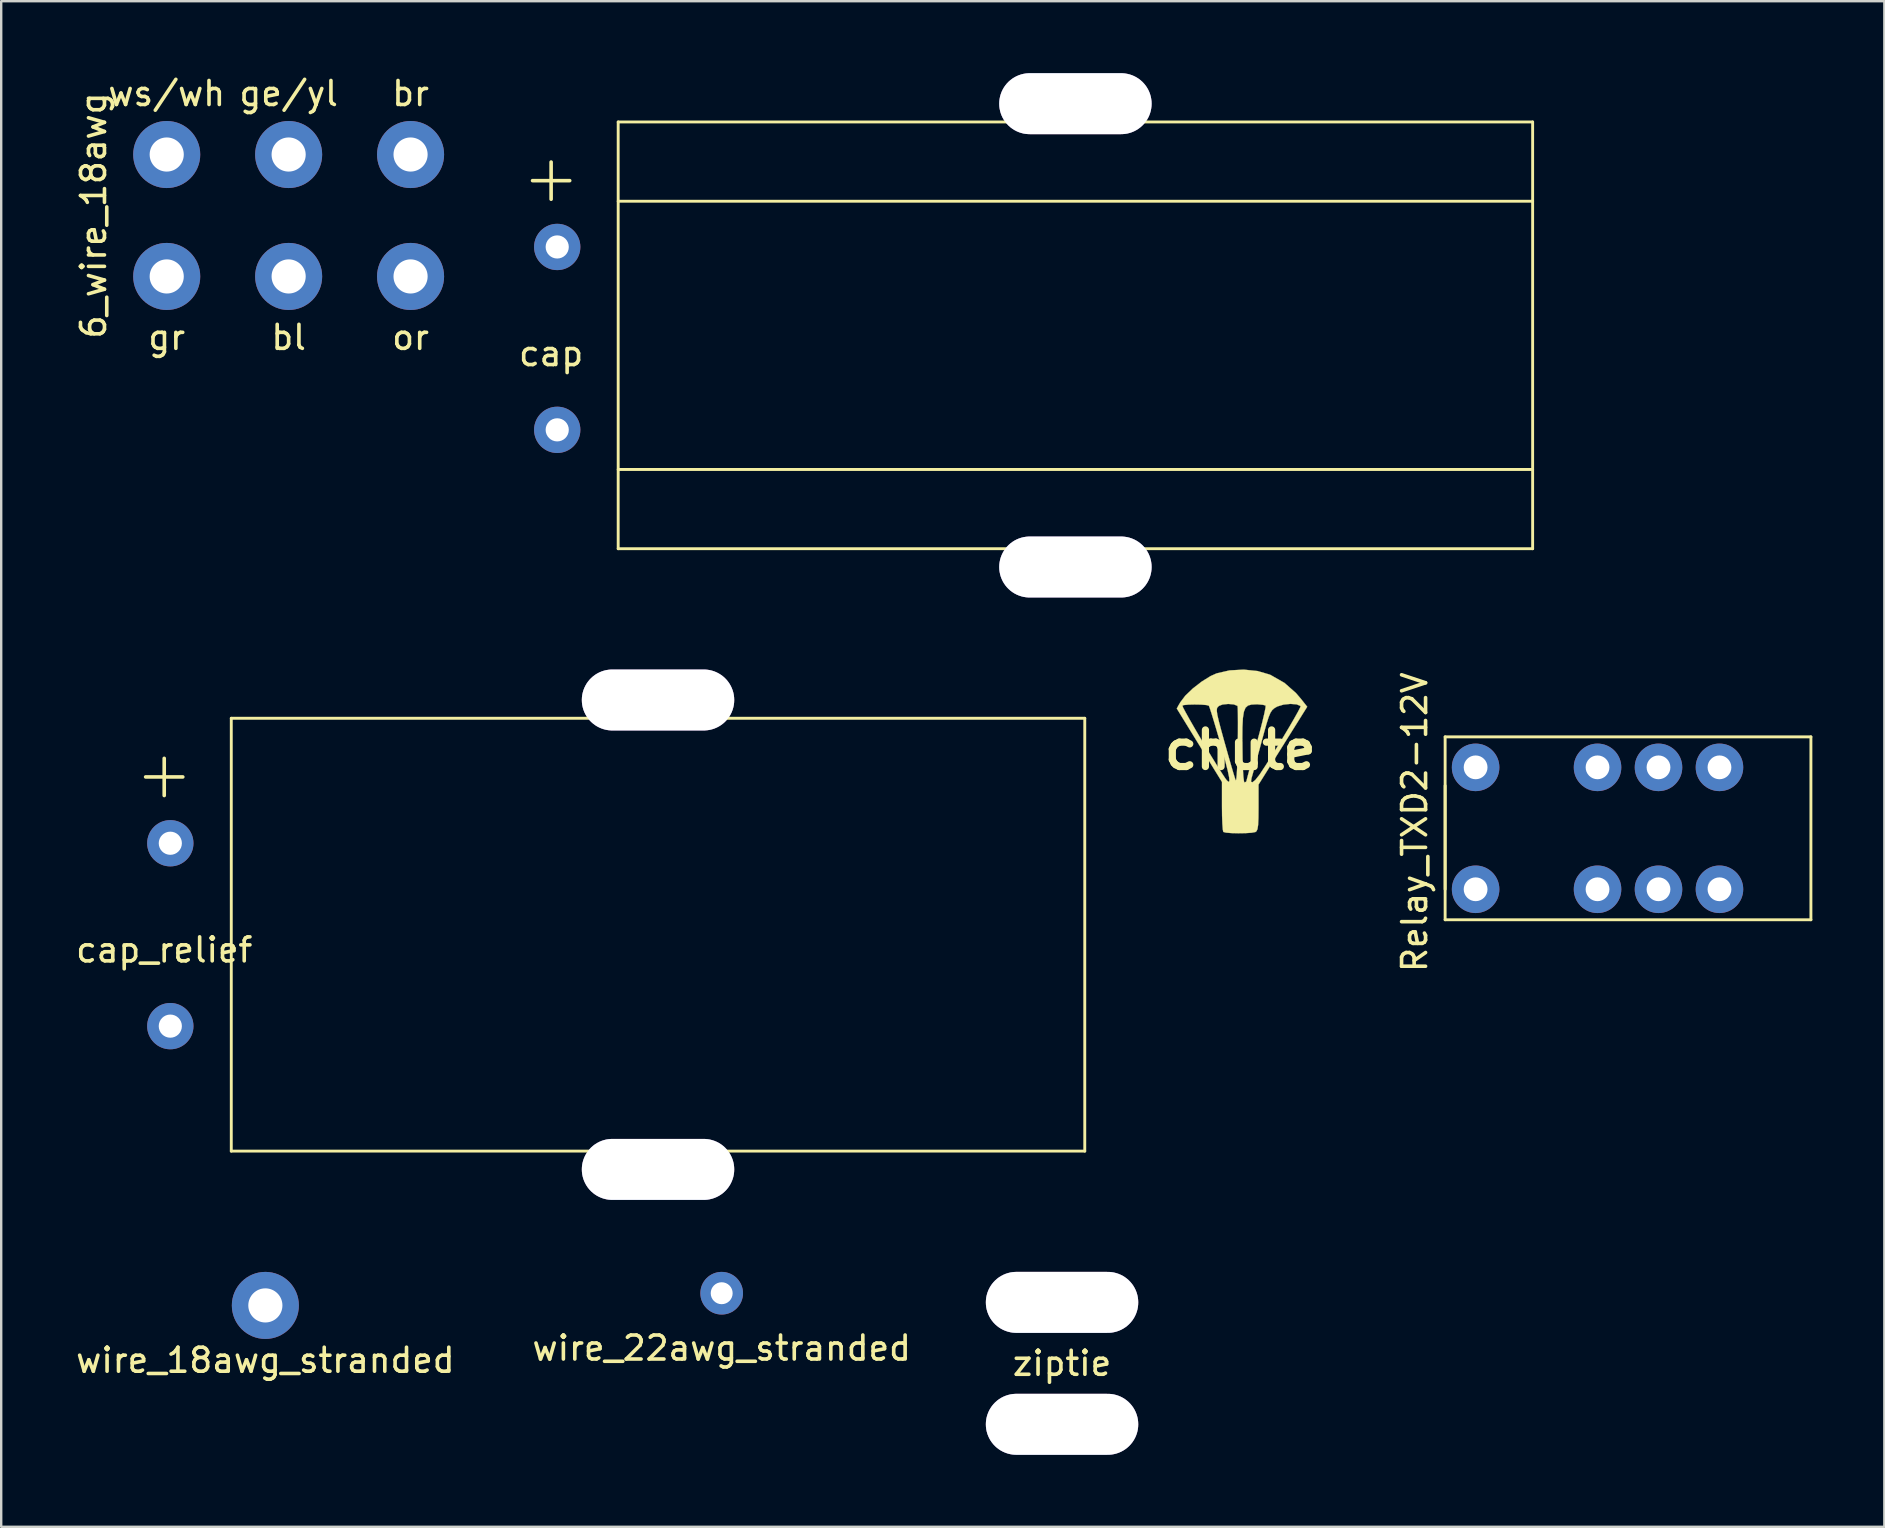
<source format=kicad_pcb>
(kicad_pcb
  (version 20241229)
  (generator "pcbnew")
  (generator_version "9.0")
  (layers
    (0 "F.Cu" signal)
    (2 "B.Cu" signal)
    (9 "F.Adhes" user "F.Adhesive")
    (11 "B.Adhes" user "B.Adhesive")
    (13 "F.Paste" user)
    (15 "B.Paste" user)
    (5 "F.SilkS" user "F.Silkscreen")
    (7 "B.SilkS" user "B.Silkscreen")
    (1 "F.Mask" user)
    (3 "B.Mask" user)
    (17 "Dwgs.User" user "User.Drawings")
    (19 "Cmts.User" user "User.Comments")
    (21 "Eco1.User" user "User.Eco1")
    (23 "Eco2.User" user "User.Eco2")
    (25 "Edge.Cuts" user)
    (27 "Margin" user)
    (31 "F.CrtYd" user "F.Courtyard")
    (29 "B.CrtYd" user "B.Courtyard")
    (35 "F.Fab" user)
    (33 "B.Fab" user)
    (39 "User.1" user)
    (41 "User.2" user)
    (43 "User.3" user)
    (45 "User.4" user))
  (footprint "wire_18awg_stranded"
    (layer "F.Cu")
    (at 8.006 51.339)
    (property "Reference" "wire_18awg_stranded" (at 0 2.286 0) (layer "F.SilkS") (effects (font (size 1 1) (thickness 0.15))))
    (attr through_hole)
    (pad "1" thru_hole circle (at 0 0) (size 2.794 2.794) (drill 1.422) (layers "*.Cu" "*.Mask")))
  (footprint "ziptie"
    (layer "F.Cu")
    (at 41.199 51.212)
    (property "Reference" "ziptie" (at 0 2.54 0) (layer "F.SilkS") (effects (font (size 1 1) (thickness 0.15))))
    (attr through_hole)
    (pad "1" thru_hole oval (at 0 0) (size 6.35 2.54) (drill oval 6.35 2.54) (layers "*.Cu" "*.Mask"))
    (pad "2" thru_hole oval (at 0 5.08) (size 6.35 2.54) (drill oval 6.35 2.54) (layers "*.Cu" "*.Mask")))
  (footprint "wire_22awg_stranded"
    (layer "F.Cu")
    (at 27.018 50.831)
    (property "Reference" "wire_22awg_stranded" (at 0 2.286 0) (layer "F.SilkS") (effects (font (size 1 1) (thickness 0.15))))
    (attr through_hole)
    (pad "1" thru_hole circle (at 0 0) (size 1.778 1.778) (drill 0.914) (layers "*.Cu" "*.Mask")))
  (footprint "chute"
    (layer "F.Cu")
    (at 48.624 28.197)
    (property "Reference" "chute" (at 0 0 0) (layer "F.SilkS") (effects (font (size 1.524 1.524) (thickness 0.3))))
    (attr through_hole)
    (fp_poly (pts (xy 0.722 -3.289) (xy 1.225 -3.142) (xy 1.27 -3.122) (xy 1.845 -2.793) (xy 2.322 -2.372) (xy 2.534 -2.124) (xy 2.79 -1.801) (xy 1.776 -0.18) (xy 0.762 1.442) (xy 0.762 2.405) (xy 0.758 2.834) (xy 0.745 3.122) (xy 0.718 3.298) (xy 0.673 3.39) (xy 0.628 3.42) (xy 0.471 3.449) (xy 0.217 3.465) (xy -0.082 3.47) (xy -0.37 3.463) (xy -0.596 3.444) (xy -0.706 3.415) (xy -0.728 3.313) (xy -0.745 3.077) (xy -0.758 2.742) (xy -0.762 2.345) (xy -0.762 1.332) (xy -1.704 -0.197) (xy -2.645 -1.727) (xy -2.576 -1.851) (xy -2.411 -1.851) (xy -2.382 -1.77) (xy -2.278 -1.572) (xy -2.116 -1.281) (xy -1.911 -0.923) (xy -1.677 -0.524) (xy -1.43 -0.11) (xy -1.186 0.294) (xy -0.959 0.661) (xy -0.765 0.967) (xy -0.62 1.185) (xy -0.562 1.262) (xy -0.486 1.332) (xy -0.453 1.294) (xy -0.464 1.139) (xy -0.523 0.856) (xy -0.63 0.436) (xy -0.787 -0.133) (xy -0.843 -0.329) (xy -0.98 -0.802) (xy -1.104 -1.217) (xy -1.205 -1.547) (xy -1.229 -1.62) (xy -0.977 -1.62) (xy -0.952 -1.451) (xy -0.892 -1.194) (xy -0.794 -0.824) (xy -0.654 -0.317) (xy -0.645 -0.287) (xy -0.512 0.187) (xy -0.39 0.61) (xy -0.29 0.951) (xy -0.218 1.183) (xy -0.187 1.27) (xy -0.167 1.23) (xy -0.148 1.045) (xy -0.13 0.737) (xy -0.115 0.329) (xy -0.105 -0.154) (xy -0.104 -0.203) (xy -0.101 -0.43) (xy 0.087 -0.43) (xy 0.089 -0.107) (xy 0.096 0.385) (xy 0.111 0.801) (xy 0.131 1.118) (xy 0.156 1.309) (xy 0.176 1.355) (xy 0.248 1.32) (xy 0.448 1.32) (xy 0.505 1.347) (xy 0.625 1.253) (xy 0.79 1.047) (xy 0.826 0.995) (xy 1.048 0.657) (xy 1.296 0.268) (xy 1.555 -0.15) (xy 1.811 -0.57) (xy 2.048 -0.967) (xy 2.251 -1.317) (xy 2.406 -1.594) (xy 2.498 -1.774) (xy 2.515 -1.831) (xy 2.351 -1.9) (xy 2.092 -1.92) (xy 1.804 -1.891) (xy 1.554 -1.815) (xy 1.53 -1.804) (xy 1.42 -1.74) (xy 1.333 -1.663) (xy 1.257 -1.548) (xy 1.182 -1.366) (xy 1.095 -1.093) (xy 0.984 -0.7) (xy 0.886 -0.339) (xy 0.762 0.122) (xy 0.648 0.537) (xy 0.555 0.874) (xy 0.492 1.098) (xy 0.472 1.164) (xy 0.448 1.32) (xy 0.248 1.32) (xy 0.253 1.318) (xy 0.254 1.31) (xy 0.276 1.218) (xy 0.336 0.989) (xy 0.428 0.65) (xy 0.544 0.226) (xy 0.678 -0.257) (xy 0.681 -0.267) (xy 0.812 -0.75) (xy 0.922 -1.177) (xy 1.003 -1.519) (xy 1.051 -1.752) (xy 1.057 -1.85) (xy 1.057 -1.85) (xy 0.947 -1.882) (xy 0.736 -1.9) (xy 0.664 -1.901) (xy 0.469 -1.892) (xy 0.323 -1.851) (xy 0.219 -1.758) (xy 0.151 -1.59) (xy 0.11 -1.327) (xy 0.091 -0.947) (xy 0.087 -0.43) (xy -0.101 -0.43) (xy -0.098 -0.705) (xy -0.097 -1.146) (xy -0.099 -1.5) (xy -0.105 -1.738) (xy -0.114 -1.836) (xy -0.115 -1.836) (xy -0.266 -1.898) (xy -0.501 -1.918) (xy -0.738 -1.894) (xy -0.882 -1.838) (xy -0.938 -1.789) (xy -0.972 -1.724) (xy -0.977 -1.62) (xy -1.229 -1.62) (xy -1.277 -1.766) (xy -1.309 -1.845) (xy -1.417 -1.873) (xy -1.634 -1.89) (xy -1.902 -1.895) (xy -2.16 -1.889) (xy -2.35 -1.871) (xy -2.411 -1.851) (xy -2.576 -1.851) (xy -2.5 -1.985) (xy -2.291 -2.261) (xy -1.976 -2.563) (xy -1.607 -2.849) (xy -1.235 -3.08) (xy -0.985 -3.192) (xy -0.446 -3.316) (xy 0.144 -3.348) (xy 0.722 -3.289)) (stroke (width 0.01) (type solid)) (fill yes) (layer "F.SilkS")))
  (footprint "cap"
    (layer "F.Cu")
    (at 22.706 2.032)
    (property "Reference" "cap" (at -2.794 9.652 0) (layer "F.SilkS") (effects (font (size 1 1) (thickness 0.15))))
    (attr through_hole)
    (fp_line (start 0 0) (end 38.1 0) (stroke (width 0.12) (type solid)) (layer "F.SilkS"))
    (fp_line (start 0 3.302) (end 38.1 3.302) (stroke (width 0.12) (type solid)) (layer "F.SilkS"))
    (fp_line (start 0 14.478) (end 38.1 14.478) (stroke (width 0.12) (type solid)) (layer "F.SilkS"))
    (fp_line (start 0 17.78) (end 0 0) (stroke (width 0.12) (type solid)) (layer "F.SilkS"))
    (fp_line (start 38.1 0) (end 38.1 17.78) (stroke (width 0.12) (type solid)) (layer "F.SilkS"))
    (fp_line (start 38.1 17.78) (end 0 17.78) (stroke (width 0.12) (type solid)) (layer "F.SilkS"))
    (fp_text user "+" (at -2.794 2.286 0) (layer "F.SilkS") (effects (font (size 2.032 2.032) (thickness 0.15))))
    (pad "1" thru_hole circle (at -2.54 5.207) (size 1.93 1.93) (drill 0.965) (layers "*.Cu" "*.Mask"))
    (pad "2" thru_hole circle (at -2.54 12.827) (size 1.93 1.93) (drill 0.965) (layers "*.Cu" "*.Mask"))
    (pad "3" thru_hole oval (at 19.05 -0.762) (size 6.35 2.54) (drill oval 6.35 2.54) (layers "*.Cu" "*.Mask"))
    (pad "4" thru_hole oval (at 19.05 18.542) (size 6.35 2.54) (drill oval 6.35 2.54) (layers "*.Cu" "*.Mask")))
  (footprint "Relay_TXD2-12V"
    (layer "F.Cu")
    (at 64.78 27.143)
    (property "Reference" "Relay_TXD2-12V" (at -8.89 4.064 90) (layer "F.SilkS") (effects (font (size 1 1) (thickness 0.15))))
    (attr through_hole)
    (fp_line (start -7.62 0.508) (end -7.62 8.128) (stroke (width 0.12) (type solid)) (layer "F.SilkS"))
    (fp_line (start -7.62 0.508) (end 7.62 0.508) (stroke (width 0.12) (type solid)) (layer "F.SilkS"))
    (fp_line (start -7.62 6.858) (end -7.62 2.54) (stroke (width 0.12) (type solid)) (layer "F.SilkS"))
    (fp_line (start -7.62 8.128) (end 7.62 8.128) (stroke (width 0.12) (type solid)) (layer "F.SilkS"))
    (fp_line (start 7.62 8.128) (end 7.62 0.508) (stroke (width 0.12) (type solid)) (layer "F.SilkS"))
    (pad "1" thru_hole circle (at -6.35 6.858) (size 1.981 1.981) (drill 0.991) (layers "*.Cu" "*.Mask"))
    (pad "3" thru_hole circle (at -1.27 6.858) (size 1.981 1.981) (drill 0.991) (layers "*.Cu" "*.Mask"))
    (pad "4" thru_hole circle (at 1.27 6.858) (size 1.981 1.981) (drill 0.991) (layers "*.Cu" "*.Mask"))
    (pad "5" thru_hole circle (at 3.81 6.858) (size 1.981 1.981) (drill 0.991) (layers "*.Cu" "*.Mask"))
    (pad "8" thru_hole circle (at 3.81 1.778) (size 1.981 1.981) (drill 0.991) (layers "*.Cu" "*.Mask"))
    (pad "9" thru_hole circle (at 1.27 1.778) (size 1.981 1.981) (drill 0.991) (layers "*.Cu" "*.Mask"))
    (pad "10" thru_hole circle (at -1.27 1.778) (size 1.981 1.981) (drill 0.991) (layers "*.Cu" "*.Mask"))
    (pad "12" thru_hole circle (at -6.35 1.778) (size 1.981 1.981) (drill 0.991) (layers "*.Cu" "*.Mask")))
  (footprint "6_wire_18awg"
    (layer "F.Cu")
    (at 14.056 3.388)
    (property "Reference" "6_wire_18awg" (at -13.208 2.54 90) (layer "F.SilkS") (effects (font (size 1 1) (thickness 0.15))))
    (attr through_hole)
    (fp_text user "bl" (at -5.08 7.62 0) (layer "F.SilkS") (effects (font (size 1 1) (thickness 0.15))))
    (fp_text user "ws/wh" (at -10.16 -2.54 0) (layer "F.SilkS") (effects (font (size 1 1) (thickness 0.15))))
    (fp_text user "br" (at 0 -2.54 0) (layer "F.SilkS") (effects (font (size 1 1) (thickness 0.15))))
    (fp_text user "gr" (at -10.16 7.62 0) (layer "F.SilkS") (effects (font (size 1 1) (thickness 0.15))))
    (fp_text user "or" (at 0 7.62 0) (layer "F.SilkS") (effects (font (size 1 1) (thickness 0.15))))
    (fp_text user "ge/yl" (at -5.08 -2.54 0) (layer "F.SilkS") (effects (font (size 1 1) (thickness 0.15))))
    (pad "1" thru_hole circle (at 0 0) (size 2.794 2.794) (drill 1.422) (layers "*.Cu" "*.Mask"))
    (pad "2" thru_hole circle (at 0 5.08) (size 2.794 2.794) (drill 1.422) (layers "*.Cu" "*.Mask"))
    (pad "3" thru_hole circle (at -5.08 0) (size 2.794 2.794) (drill 1.422) (layers "*.Cu" "*.Mask"))
    (pad "4" thru_hole circle (at -5.08 5.08) (size 2.794 2.794) (drill 1.422) (layers "*.Cu" "*.Mask"))
    (pad "5" thru_hole circle (at -10.16 0) (size 2.794 2.794) (drill 1.422) (layers "*.Cu" "*.Mask"))
    (pad "6" thru_hole circle (at -10.16 5.08) (size 2.794 2.794) (drill 1.422) (layers "*.Cu" "*.Mask")))
  (footprint "cap_relief"
    (layer "F.Cu")
    (at 6.586 26.876)
    (property "Reference" "cap_relief" (at -2.794 9.652 0) (layer "F.SilkS") (effects (font (size 1 1) (thickness 0.15))))
    (attr through_hole)
    (fp_line (start 0 0) (end 35.56 0) (stroke (width 0.12) (type solid)) (layer "F.SilkS"))
    (fp_line (start 0 18.034) (end 0 0) (stroke (width 0.12) (type solid)) (layer "F.SilkS"))
    (fp_line (start 35.56 0) (end 35.56 18.034) (stroke (width 0.12) (type solid)) (layer "F.SilkS"))
    (fp_line (start 35.56 18.034) (end 0 18.034) (stroke (width 0.12) (type solid)) (layer "F.SilkS"))
    (fp_text user "+" (at -2.794 2.286 0) (layer "F.SilkS") (effects (font (size 2.032 2.032) (thickness 0.15))))
    (pad "1" thru_hole circle (at -2.54 5.207) (size 1.93 1.93) (drill 0.965) (layers "*.Cu" "*.Mask"))
    (pad "2" thru_hole circle (at -2.54 12.827) (size 1.93 1.93) (drill 0.965) (layers "*.Cu" "*.Mask"))
    (pad "3" thru_hole oval (at 17.78 -0.762) (size 6.35 2.54) (drill oval 6.35 2.54) (layers "*.Cu" "*.Mask"))
    (pad "4" thru_hole oval (at 17.78 18.796) (size 6.35 2.54) (drill oval 6.35 2.54) (layers "*.Cu" "*.Mask")))
  (gr_rect
    (start -3 -3)
    (end 75.46 60.562)
    (stroke (width 0.1) (type default))
    (fill no)
    (layer "Edge.Cuts")))
</source>
